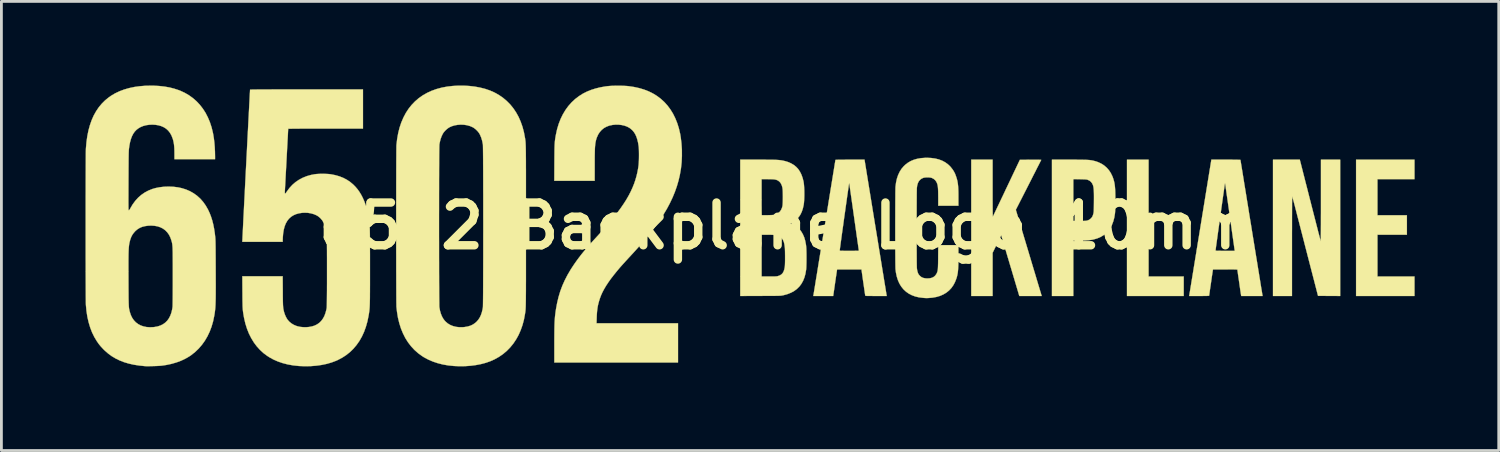
<source format=kicad_pcb>
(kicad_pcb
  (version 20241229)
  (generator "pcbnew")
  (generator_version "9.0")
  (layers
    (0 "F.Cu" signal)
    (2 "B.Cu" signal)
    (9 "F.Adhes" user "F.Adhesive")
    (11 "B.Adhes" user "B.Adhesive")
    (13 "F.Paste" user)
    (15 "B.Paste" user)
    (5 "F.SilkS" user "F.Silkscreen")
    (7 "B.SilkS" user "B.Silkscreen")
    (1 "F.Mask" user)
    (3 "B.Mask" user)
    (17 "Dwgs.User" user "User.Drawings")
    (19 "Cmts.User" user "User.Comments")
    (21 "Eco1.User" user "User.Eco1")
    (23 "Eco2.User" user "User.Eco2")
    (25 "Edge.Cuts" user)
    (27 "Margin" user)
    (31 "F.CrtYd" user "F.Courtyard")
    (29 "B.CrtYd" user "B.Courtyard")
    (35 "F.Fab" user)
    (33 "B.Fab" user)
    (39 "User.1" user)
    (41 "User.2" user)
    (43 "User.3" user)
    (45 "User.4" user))
  (footprint "6502 Backplane Logo 10mm"
    (layer "F.Cu")
    (at 25.007 5.007)
    (property "Reference" "6502 Backplane Logo 10mm" (at 0 0 0) (layer "F.SilkS") (effects (font (size 1.524 1.524) (thickness 0.3))))
    (attr through_hole)
    (fp_poly (pts (xy 12.903 1.803) (xy 14.156 1.803) (xy 14.156 2.498) (xy 12.133 2.498) (xy 12.133 -2.362) (xy 12.903 -2.362) (xy 12.903 1.803)) (stroke (width 0.01) (type solid)) (fill yes) (layer "F.SilkS"))
    (fp_poly (pts (xy 22.386 -1.668) (xy 21.065 -1.668) (xy 21.065 -0.381) (xy 22.115 -0.381) (xy 22.115 0.313) (xy 21.065 0.313) (xy 21.065 1.803) (xy 22.386 1.803) (xy 22.386 2.498) (xy 20.303 2.498) (xy 20.303 -2.362) (xy 22.386 -2.362) (xy 22.386 -1.668)) (stroke (width 0.01) (type solid)) (fill yes) (layer "F.SilkS"))
    (fp_poly (pts (xy 7.341 -1.34) (xy 7.341 -1.18) (xy 7.341 -1.036) (xy 7.341 -0.908) (xy 7.342 -0.795) (xy 7.342 -0.696) (xy 7.343 -0.611) (xy 7.343 -0.538) (xy 7.344 -0.478) (xy 7.345 -0.429) (xy 7.346 -0.391) (xy 7.347 -0.363) (xy 7.348 -0.345) (xy 7.349 -0.336) (xy 7.351 -0.334) (xy 7.351 -0.334) (xy 7.356 -0.344) (xy 7.367 -0.368) (xy 7.385 -0.405) (xy 7.409 -0.456) (xy 7.439 -0.517) (xy 7.473 -0.59) (xy 7.512 -0.672) (xy 7.556 -0.763) (xy 7.603 -0.862) (xy 7.653 -0.968) (xy 7.707 -1.08) (xy 7.763 -1.198) (xy 7.82 -1.32) (xy 7.837 -1.355) (xy 8.313 -2.358) (xy 8.695 -2.36) (xy 8.774 -2.36) (xy 8.847 -2.36) (xy 8.913 -2.36) (xy 8.969 -2.36) (xy 9.016 -2.359) (xy 9.05 -2.358) (xy 9.07 -2.356) (xy 9.075 -2.355) (xy 9.071 -2.347) (xy 9.059 -2.324) (xy 9.041 -2.289) (xy 9.017 -2.241) (xy 8.987 -2.181) (xy 8.951 -2.112) (xy 8.911 -2.033) (xy 8.867 -1.945) (xy 8.818 -1.85) (xy 8.766 -1.748) (xy 8.712 -1.641) (xy 8.655 -1.529) (xy 8.621 -1.462) (xy 8.169 -0.576) (xy 8.623 0.937) (xy 8.67 1.093) (xy 8.715 1.245) (xy 8.759 1.391) (xy 8.801 1.532) (xy 8.842 1.667) (xy 8.88 1.793) (xy 8.915 1.912) (xy 8.948 2.021) (xy 8.978 2.121) (xy 9.005 2.21) (xy 9.028 2.288) (xy 9.048 2.353) (xy 9.064 2.405) (xy 9.075 2.443) (xy 9.082 2.467) (xy 9.085 2.474) (xy 9.092 2.498) (xy 8.293 2.498) (xy 7.989 1.475) (xy 7.95 1.347) (xy 7.913 1.222) (xy 7.877 1.102) (xy 7.843 0.987) (xy 7.811 0.88) (xy 7.782 0.78) (xy 7.755 0.69) (xy 7.731 0.609) (xy 7.71 0.54) (xy 7.693 0.482) (xy 7.679 0.438) (xy 7.67 0.408) (xy 7.666 0.394) (xy 7.648 0.334) (xy 7.494 0.647) (xy 7.341 0.959) (xy 7.341 2.498) (xy 6.579 2.498) (xy 6.579 -2.362) (xy 7.341 -2.362) (xy 7.341 -1.34)) (stroke (width 0.01) (type solid)) (fill yes) (layer "F.SilkS"))
    (fp_poly (pts (xy 18.304 -2.33) (xy 18.307 -2.319) (xy 18.314 -2.292) (xy 18.325 -2.25) (xy 18.339 -2.195) (xy 18.356 -2.126) (xy 18.377 -2.045) (xy 18.4 -1.954) (xy 18.426 -1.851) (xy 18.455 -1.739) (xy 18.485 -1.619) (xy 18.518 -1.491) (xy 18.553 -1.356) (xy 18.589 -1.214) (xy 18.626 -1.068) (xy 18.664 -0.917) (xy 18.674 -0.881) (xy 18.712 -0.729) (xy 18.75 -0.582) (xy 18.786 -0.44) (xy 18.821 -0.305) (xy 18.854 -0.176) (xy 18.885 -0.055) (xy 18.914 0.057) (xy 18.94 0.16) (xy 18.964 0.253) (xy 18.986 0.334) (xy 19.004 0.404) (xy 19.019 0.46) (xy 19.03 0.503) (xy 19.038 0.532) (xy 19.042 0.545) (xy 19.042 0.546) (xy 19.043 0.538) (xy 19.044 0.515) (xy 19.045 0.475) (xy 19.046 0.421) (xy 19.046 0.353) (xy 19.047 0.271) (xy 19.048 0.176) (xy 19.048 0.069) (xy 19.049 -0.05) (xy 19.049 -0.18) (xy 19.049 -0.32) (xy 19.05 -0.469) (xy 19.05 -0.627) (xy 19.05 -0.794) (xy 19.05 -0.904) (xy 19.05 -2.362) (xy 19.736 -2.362) (xy 19.736 2.498) (xy 19.341 2.496) (xy 18.946 2.493) (xy 18.563 1.012) (xy 18.522 0.852) (xy 18.481 0.694) (xy 18.441 0.538) (xy 18.402 0.386) (xy 18.364 0.239) (xy 18.327 0.097) (xy 18.293 -0.038) (xy 18.26 -0.165) (xy 18.229 -0.283) (xy 18.201 -0.392) (xy 18.176 -0.49) (xy 18.154 -0.575) (xy 18.135 -0.648) (xy 18.12 -0.707) (xy 18.109 -0.751) (xy 18.106 -0.76) (xy 18.089 -0.827) (xy 18.072 -0.889) (xy 18.057 -0.943) (xy 18.044 -0.988) (xy 18.034 -1.022) (xy 18.027 -1.043) (xy 18.024 -1.05) (xy 18.023 -1.042) (xy 18.023 -1.017) (xy 18.022 -0.977) (xy 18.022 -0.923) (xy 18.021 -0.855) (xy 18.02 -0.773) (xy 18.02 -0.68) (xy 18.019 -0.575) (xy 18.019 -0.459) (xy 18.018 -0.334) (xy 18.018 -0.199) (xy 18.018 -0.056) (xy 18.018 0.094) (xy 18.017 0.251) (xy 18.017 0.415) (xy 18.017 0.583) (xy 18.017 0.724) (xy 18.017 2.498) (xy 17.34 2.498) (xy 17.34 -2.362) (xy 18.296 -2.362) (xy 18.304 -2.33)) (stroke (width 0.01) (type solid)) (fill yes) (layer "F.SilkS"))
    (fp_poly (pts (xy 10.203 -2.362) (xy 10.316 -2.362) (xy 10.416 -2.361) (xy 10.503 -2.361) (xy 10.578 -2.359) (xy 10.643 -2.358) (xy 10.699 -2.356) (xy 10.747 -2.353) (xy 10.79 -2.35) (xy 10.828 -2.345) (xy 10.862 -2.341) (xy 10.894 -2.335) (xy 10.926 -2.328) (xy 10.958 -2.32) (xy 10.978 -2.315) (xy 11.103 -2.275) (xy 11.216 -2.222) (xy 11.319 -2.156) (xy 11.41 -2.077) (xy 11.49 -1.986) (xy 11.557 -1.884) (xy 11.613 -1.769) (xy 11.64 -1.697) (xy 11.657 -1.643) (xy 11.671 -1.591) (xy 11.684 -1.537) (xy 11.693 -1.481) (xy 11.701 -1.42) (xy 11.707 -1.352) (xy 11.712 -1.276) (xy 11.715 -1.19) (xy 11.717 -1.091) (xy 11.718 -0.979) (xy 11.718 -0.919) (xy 11.718 -0.817) (xy 11.717 -0.731) (xy 11.716 -0.658) (xy 11.714 -0.596) (xy 11.712 -0.544) (xy 11.709 -0.5) (xy 11.706 -0.461) (xy 11.705 -0.45) (xy 11.681 -0.301) (xy 11.645 -0.165) (xy 11.598 -0.041) (xy 11.54 0.071) (xy 11.469 0.17) (xy 11.388 0.257) (xy 11.295 0.332) (xy 11.19 0.394) (xy 11.074 0.444) (xy 10.947 0.481) (xy 10.9 0.491) (xy 10.835 0.501) (xy 10.755 0.51) (xy 10.663 0.517) (xy 10.561 0.522) (xy 10.453 0.524) (xy 10.378 0.525) (xy 10.219 0.525) (xy 10.219 2.498) (xy 9.457 2.498) (xy 9.457 -0.178) (xy 10.219 -0.178) (xy 10.442 -0.178) (xy 10.521 -0.178) (xy 10.586 -0.179) (xy 10.636 -0.181) (xy 10.673 -0.184) (xy 10.699 -0.188) (xy 10.706 -0.189) (xy 10.76 -0.208) (xy 10.805 -0.233) (xy 10.844 -0.266) (xy 10.873 -0.297) (xy 10.896 -0.331) (xy 10.914 -0.372) (xy 10.931 -0.425) (xy 10.932 -0.43) (xy 10.937 -0.448) (xy 10.94 -0.465) (xy 10.943 -0.484) (xy 10.946 -0.508) (xy 10.948 -0.537) (xy 10.949 -0.574) (xy 10.951 -0.62) (xy 10.952 -0.677) (xy 10.953 -0.747) (xy 10.954 -0.832) (xy 10.954 -0.849) (xy 10.955 -0.962) (xy 10.955 -1.06) (xy 10.954 -1.144) (xy 10.952 -1.215) (xy 10.949 -1.275) (xy 10.945 -1.326) (xy 10.94 -1.369) (xy 10.933 -1.406) (xy 10.925 -1.438) (xy 10.921 -1.45) (xy 10.891 -1.517) (xy 10.849 -1.572) (xy 10.795 -1.616) (xy 10.729 -1.646) (xy 10.723 -1.648) (xy 10.706 -1.653) (xy 10.684 -1.656) (xy 10.654 -1.659) (xy 10.615 -1.662) (xy 10.565 -1.663) (xy 10.501 -1.665) (xy 10.45 -1.666) (xy 10.219 -1.67) (xy 10.219 -0.178) (xy 9.457 -0.178) (xy 9.457 -2.362) (xy 10.073 -2.362) (xy 10.203 -2.362)) (stroke (width 0.01) (type solid)) (fill yes) (layer "F.SilkS"))
    (fp_poly (pts (xy 3.165 0.049) (xy 3.198 0.249) (xy 3.23 0.444) (xy 3.261 0.635) (xy 3.291 0.82) (xy 3.32 0.999) (xy 3.348 1.171) (xy 3.375 1.335) (xy 3.4 1.491) (xy 3.424 1.638) (xy 3.447 1.776) (xy 3.467 1.903) (xy 3.486 2.02) (xy 3.504 2.124) (xy 3.519 2.217) (xy 3.532 2.297) (xy 3.543 2.363) (xy 3.551 2.415) (xy 3.557 2.452) (xy 3.561 2.473) (xy 3.562 2.479) (xy 3.566 2.498) (xy 3.185 2.498) (xy 3.094 2.498) (xy 3.019 2.497) (xy 2.958 2.497) (xy 2.91 2.497) (xy 2.873 2.496) (xy 2.845 2.495) (xy 2.825 2.493) (xy 2.812 2.491) (xy 2.805 2.489) (xy 2.801 2.486) (xy 2.799 2.483) (xy 2.797 2.472) (xy 2.793 2.446) (xy 2.787 2.406) (xy 2.78 2.354) (xy 2.77 2.292) (xy 2.76 2.221) (xy 2.749 2.143) (xy 2.737 2.059) (xy 2.729 2.009) (xy 2.664 1.549) (xy 1.797 1.549) (xy 1.792 1.568) (xy 1.79 1.58) (xy 1.786 1.607) (xy 1.78 1.648) (xy 1.772 1.7) (xy 1.763 1.763) (xy 1.752 1.834) (xy 1.741 1.913) (xy 1.728 1.997) (xy 1.722 2.043) (xy 1.656 2.498) (xy 0.946 2.498) (xy 0.951 2.47) (xy 0.954 2.458) (xy 0.958 2.43) (xy 0.965 2.387) (xy 0.975 2.329) (xy 0.986 2.259) (xy 1 2.176) (xy 1.015 2.081) (xy 1.032 1.976) (xy 1.051 1.86) (xy 1.072 1.735) (xy 1.093 1.602) (xy 1.116 1.46) (xy 1.14 1.312) (xy 1.165 1.158) (xy 1.191 0.999) (xy 1.212 0.874) (xy 1.888 0.874) (xy 1.889 0.878) (xy 1.893 0.881) (xy 1.901 0.883) (xy 1.914 0.885) (xy 1.935 0.887) (xy 1.965 0.888) (xy 2.006 0.888) (xy 2.058 0.889) (xy 2.123 0.889) (xy 2.204 0.889) (xy 2.232 0.889) (xy 2.317 0.889) (xy 2.387 0.889) (xy 2.443 0.888) (xy 2.486 0.888) (xy 2.519 0.887) (xy 2.542 0.886) (xy 2.558 0.884) (xy 2.566 0.882) (xy 2.57 0.879) (xy 2.571 0.876) (xy 2.571 0.874) (xy 2.569 0.864) (xy 2.565 0.838) (xy 2.559 0.798) (xy 2.551 0.743) (xy 2.542 0.676) (xy 2.53 0.596) (xy 2.517 0.506) (xy 2.503 0.405) (xy 2.487 0.296) (xy 2.471 0.178) (xy 2.453 0.053) (xy 2.435 -0.078) (xy 2.415 -0.214) (xy 2.4 -0.326) (xy 2.38 -0.466) (xy 2.361 -0.601) (xy 2.343 -0.73) (xy 2.325 -0.853) (xy 2.309 -0.968) (xy 2.293 -1.075) (xy 2.28 -1.173) (xy 2.267 -1.26) (xy 2.256 -1.336) (xy 2.247 -1.4) (xy 2.239 -1.451) (xy 2.234 -1.488) (xy 2.231 -1.509) (xy 2.23 -1.515) (xy 2.222 -1.514) (xy 2.222 -1.513) (xy 2.22 -1.505) (xy 2.216 -1.48) (xy 2.21 -1.441) (xy 2.203 -1.389) (xy 2.194 -1.325) (xy 2.183 -1.25) (xy 2.171 -1.165) (xy 2.157 -1.071) (xy 2.143 -0.969) (xy 2.128 -0.861) (xy 2.112 -0.748) (xy 2.095 -0.631) (xy 2.079 -0.511) (xy 2.061 -0.389) (xy 2.044 -0.266) (xy 2.027 -0.144) (xy 2.011 -0.024) (xy 1.994 0.094) (xy 1.978 0.208) (xy 1.963 0.316) (xy 1.949 0.419) (xy 1.936 0.514) (xy 1.924 0.6) (xy 1.914 0.677) (xy 1.905 0.743) (xy 1.898 0.796) (xy 1.893 0.837) (xy 1.889 0.863) (xy 1.888 0.874) (xy 1.212 0.874) (xy 1.218 0.835) (xy 1.245 0.668) (xy 1.273 0.498) (xy 1.301 0.325) (xy 1.329 0.152) (xy 1.358 -0.022) (xy 1.386 -0.196) (xy 1.414 -0.368) (xy 1.441 -0.539) (xy 1.469 -0.707) (xy 1.495 -0.871) (xy 1.521 -1.03) (xy 1.546 -1.185) (xy 1.57 -1.333) (xy 1.593 -1.475) (xy 1.615 -1.609) (xy 1.636 -1.735) (xy 1.654 -1.851) (xy 1.672 -1.957) (xy 1.687 -2.053) (xy 1.701 -2.137) (xy 1.712 -2.208) (xy 1.722 -2.266) (xy 1.729 -2.31) (xy 1.733 -2.34) (xy 1.736 -2.353) (xy 1.736 -2.354) (xy 1.744 -2.356) (xy 1.768 -2.357) (xy 1.808 -2.359) (xy 1.863 -2.36) (xy 1.931 -2.361) (xy 2.013 -2.361) (xy 2.106 -2.362) (xy 2.211 -2.362) (xy 2.255 -2.362) (xy 2.773 -2.362) (xy 3.165 0.049)) (stroke (width 0.01) (type solid)) (fill yes) (layer "F.SilkS"))
    (fp_poly (pts (xy 5.148 -2.423) (xy 5.29 -2.404) (xy 5.421 -2.372) (xy 5.541 -2.327) (xy 5.65 -2.269) (xy 5.748 -2.198) (xy 5.835 -2.115) (xy 5.911 -2.019) (xy 5.921 -2.004) (xy 5.954 -1.953) (xy 5.979 -1.908) (xy 6.001 -1.864) (xy 6.02 -1.815) (xy 6.041 -1.755) (xy 6.044 -1.747) (xy 6.062 -1.69) (xy 6.077 -1.635) (xy 6.089 -1.579) (xy 6.099 -1.52) (xy 6.107 -1.456) (xy 6.113 -1.386) (xy 6.117 -1.306) (xy 6.12 -1.216) (xy 6.121 -1.112) (xy 6.121 -1.014) (xy 6.121 -0.72) (xy 5.402 -0.72) (xy 5.402 -0.997) (xy 5.401 -1.099) (xy 5.4 -1.186) (xy 5.398 -1.26) (xy 5.395 -1.322) (xy 5.391 -1.374) (xy 5.386 -1.418) (xy 5.379 -1.455) (xy 5.371 -1.488) (xy 5.367 -1.501) (xy 5.337 -1.571) (xy 5.295 -1.63) (xy 5.242 -1.676) (xy 5.179 -1.709) (xy 5.157 -1.717) (xy 5.115 -1.726) (xy 5.062 -1.731) (xy 5.004 -1.732) (xy 4.948 -1.729) (xy 4.898 -1.722) (xy 4.876 -1.717) (xy 4.81 -1.688) (xy 4.755 -1.647) (xy 4.71 -1.594) (xy 4.676 -1.527) (xy 4.652 -1.447) (xy 4.64 -1.359) (xy 4.639 -1.34) (xy 4.638 -1.305) (xy 4.637 -1.255) (xy 4.636 -1.191) (xy 4.635 -1.115) (xy 4.635 -1.028) (xy 4.634 -0.931) (xy 4.634 -0.825) (xy 4.633 -0.711) (xy 4.633 -0.59) (xy 4.633 -0.463) (xy 4.632 -0.332) (xy 4.632 -0.198) (xy 4.632 -0.061) (xy 4.632 0.076) (xy 4.632 0.214) (xy 4.632 0.351) (xy 4.632 0.485) (xy 4.633 0.616) (xy 4.633 0.742) (xy 4.633 0.862) (xy 4.634 0.976) (xy 4.634 1.082) (xy 4.635 1.178) (xy 4.635 1.265) (xy 4.636 1.34) (xy 4.637 1.403) (xy 4.638 1.452) (xy 4.639 1.486) (xy 4.64 1.504) (xy 4.648 1.566) (xy 4.661 1.625) (xy 4.678 1.678) (xy 4.697 1.718) (xy 4.698 1.719) (xy 4.723 1.753) (xy 4.756 1.787) (xy 4.792 1.817) (xy 4.818 1.833) (xy 4.877 1.856) (xy 4.945 1.869) (xy 5.016 1.873) (xy 5.102 1.867) (xy 5.177 1.849) (xy 5.24 1.818) (xy 5.291 1.775) (xy 5.333 1.719) (xy 5.348 1.689) (xy 5.358 1.667) (xy 5.366 1.646) (xy 5.374 1.624) (xy 5.379 1.601) (xy 5.384 1.575) (xy 5.388 1.543) (xy 5.391 1.505) (xy 5.393 1.459) (xy 5.395 1.403) (xy 5.397 1.336) (xy 5.398 1.256) (xy 5.399 1.161) (xy 5.399 1.111) (xy 5.403 0.686) (xy 6.121 0.686) (xy 6.121 1.065) (xy 6.121 1.189) (xy 6.12 1.298) (xy 6.118 1.394) (xy 6.114 1.478) (xy 6.11 1.552) (xy 6.104 1.617) (xy 6.097 1.676) (xy 6.087 1.73) (xy 6.076 1.781) (xy 6.063 1.83) (xy 6.049 1.876) (xy 6 2.002) (xy 5.94 2.115) (xy 5.868 2.216) (xy 5.785 2.304) (xy 5.69 2.38) (xy 5.584 2.443) (xy 5.468 2.494) (xy 5.34 2.532) (xy 5.201 2.557) (xy 5.118 2.565) (xy 5.069 2.569) (xy 5.032 2.571) (xy 5.002 2.572) (xy 4.974 2.572) (xy 4.942 2.571) (xy 4.904 2.568) (xy 4.856 2.564) (xy 4.714 2.546) (xy 4.582 2.515) (xy 4.461 2.47) (xy 4.35 2.413) (xy 4.251 2.343) (xy 4.162 2.26) (xy 4.085 2.165) (xy 4.019 2.058) (xy 3.966 1.939) (xy 3.924 1.808) (xy 3.894 1.666) (xy 3.878 1.537) (xy 3.877 1.514) (xy 3.876 1.476) (xy 3.875 1.423) (xy 3.874 1.356) (xy 3.873 1.277) (xy 3.872 1.187) (xy 3.872 1.087) (xy 3.871 0.978) (xy 3.87 0.86) (xy 3.87 0.737) (xy 3.87 0.607) (xy 3.869 0.473) (xy 3.869 0.336) (xy 3.869 0.197) (xy 3.869 0.057) (xy 3.869 -0.083) (xy 3.869 -0.222) (xy 3.87 -0.359) (xy 3.87 -0.492) (xy 3.87 -0.62) (xy 3.871 -0.743) (xy 3.871 -0.858) (xy 3.872 -0.966) (xy 3.873 -1.064) (xy 3.873 -1.152) (xy 3.874 -1.229) (xy 3.875 -1.293) (xy 3.876 -1.343) (xy 3.877 -1.378) (xy 3.878 -1.394) (xy 3.897 -1.546) (xy 3.928 -1.686) (xy 3.971 -1.814) (xy 4.026 -1.931) (xy 4.092 -2.036) (xy 4.171 -2.129) (xy 4.223 -2.179) (xy 4.317 -2.252) (xy 4.419 -2.312) (xy 4.531 -2.359) (xy 4.652 -2.394) (xy 4.784 -2.417) (xy 4.928 -2.428) (xy 4.995 -2.43) (xy 5.148 -2.423)) (stroke (width 0.01) (type solid)) (fill yes) (layer "F.SilkS"))
    (fp_poly (pts (xy 15.771 -2.362) (xy 15.87 -2.362) (xy 15.956 -2.361) (xy 16.029 -2.36) (xy 16.089 -2.359) (xy 16.134 -2.358) (xy 16.165 -2.356) (xy 16.179 -2.355) (xy 16.18 -2.354) (xy 16.181 -2.345) (xy 16.185 -2.321) (xy 16.191 -2.281) (xy 16.2 -2.227) (xy 16.211 -2.159) (xy 16.224 -2.079) (xy 16.239 -1.987) (xy 16.256 -1.884) (xy 16.274 -1.77) (xy 16.294 -1.647) (xy 16.315 -1.515) (xy 16.338 -1.376) (xy 16.362 -1.229) (xy 16.387 -1.077) (xy 16.412 -0.918) (xy 16.439 -0.756) (xy 16.466 -0.589) (xy 16.493 -0.419) (xy 16.521 -0.247) (xy 16.55 -0.074) (xy 16.578 0.1) (xy 16.606 0.274) (xy 16.634 0.447) (xy 16.662 0.618) (xy 16.689 0.786) (xy 16.716 0.951) (xy 16.742 1.112) (xy 16.768 1.267) (xy 16.792 1.417) (xy 16.815 1.561) (xy 16.838 1.696) (xy 16.858 1.824) (xy 16.878 1.942) (xy 16.895 2.051) (xy 16.911 2.149) (xy 16.925 2.236) (xy 16.938 2.31) (xy 16.948 2.371) (xy 16.955 2.418) (xy 16.961 2.451) (xy 16.964 2.468) (xy 16.964 2.47) (xy 16.969 2.498) (xy 16.207 2.498) (xy 16.202 2.474) (xy 16.2 2.462) (xy 16.196 2.435) (xy 16.19 2.395) (xy 16.182 2.344) (xy 16.173 2.285) (xy 16.164 2.218) (xy 16.153 2.146) (xy 16.143 2.071) (xy 16.132 1.995) (xy 16.121 1.919) (xy 16.11 1.846) (xy 16.1 1.777) (xy 16.091 1.714) (xy 16.084 1.659) (xy 16.077 1.614) (xy 16.073 1.581) (xy 16.07 1.562) (xy 16.07 1.557) (xy 16.061 1.556) (xy 16.037 1.554) (xy 15.998 1.553) (xy 15.944 1.551) (xy 15.878 1.551) (xy 15.799 1.55) (xy 15.709 1.549) (xy 15.635 1.549) (xy 15.2 1.549) (xy 15.195 1.577) (xy 15.192 1.592) (xy 15.188 1.621) (xy 15.182 1.662) (xy 15.174 1.714) (xy 15.165 1.775) (xy 15.155 1.842) (xy 15.145 1.914) (xy 15.134 1.989) (xy 15.123 2.065) (xy 15.112 2.14) (xy 15.101 2.213) (xy 15.091 2.281) (xy 15.083 2.343) (xy 15.075 2.396) (xy 15.069 2.439) (xy 15.065 2.469) (xy 15.062 2.486) (xy 15.062 2.489) (xy 15.055 2.491) (xy 15.034 2.493) (xy 14.999 2.495) (xy 14.948 2.496) (xy 14.882 2.497) (xy 14.8 2.498) (xy 14.706 2.498) (xy 14.349 2.498) (xy 14.354 2.479) (xy 14.355 2.469) (xy 14.36 2.443) (xy 14.366 2.402) (xy 14.376 2.346) (xy 14.387 2.276) (xy 14.401 2.192) (xy 14.417 2.096) (xy 14.434 1.988) (xy 14.454 1.868) (xy 14.475 1.738) (xy 14.498 1.598) (xy 14.522 1.448) (xy 14.548 1.289) (xy 14.575 1.123) (xy 14.604 0.949) (xy 14.615 0.878) (xy 15.291 0.878) (xy 15.294 0.881) (xy 15.305 0.883) (xy 15.326 0.885) (xy 15.356 0.887) (xy 15.398 0.888) (xy 15.452 0.888) (xy 15.521 0.889) (xy 15.605 0.889) (xy 15.634 0.889) (xy 15.978 0.889) (xy 15.973 0.866) (xy 15.971 0.855) (xy 15.967 0.828) (xy 15.961 0.786) (xy 15.953 0.731) (xy 15.944 0.662) (xy 15.932 0.582) (xy 15.919 0.491) (xy 15.905 0.39) (xy 15.889 0.28) (xy 15.872 0.161) (xy 15.855 0.036) (xy 15.836 -0.095) (xy 15.817 -0.231) (xy 15.802 -0.334) (xy 15.783 -0.474) (xy 15.764 -0.608) (xy 15.745 -0.737) (xy 15.728 -0.859) (xy 15.711 -0.974) (xy 15.696 -1.081) (xy 15.682 -1.178) (xy 15.67 -1.264) (xy 15.659 -1.34) (xy 15.65 -1.403) (xy 15.642 -1.453) (xy 15.637 -1.489) (xy 15.634 -1.51) (xy 15.633 -1.515) (xy 15.625 -1.514) (xy 15.625 -1.514) (xy 15.624 -1.505) (xy 15.62 -1.481) (xy 15.614 -1.442) (xy 15.607 -1.39) (xy 15.597 -1.326) (xy 15.587 -1.251) (xy 15.575 -1.166) (xy 15.561 -1.072) (xy 15.547 -0.971) (xy 15.532 -0.863) (xy 15.516 -0.75) (xy 15.499 -0.632) (xy 15.483 -0.512) (xy 15.466 -0.39) (xy 15.448 -0.267) (xy 15.431 -0.145) (xy 15.415 -0.025) (xy 15.398 0.093) (xy 15.382 0.207) (xy 15.367 0.316) (xy 15.353 0.419) (xy 15.34 0.514) (xy 15.328 0.601) (xy 15.317 0.678) (xy 15.308 0.744) (xy 15.301 0.799) (xy 15.296 0.84) (xy 15.292 0.867) (xy 15.291 0.878) (xy 15.291 0.878) (xy 14.615 0.878) (xy 14.633 0.768) (xy 14.663 0.581) (xy 14.695 0.389) (xy 14.727 0.192) (xy 14.75 0.049) (xy 15.142 -2.362) (xy 15.661 -2.362) (xy 15.771 -2.362)) (stroke (width 0.01) (type solid)) (fill yes) (layer "F.SilkS"))
    (fp_poly (pts (xy -0.89 -2.362) (xy -0.773 -2.362) (xy -0.671 -2.361) (xy -0.582 -2.361) (xy -0.504 -2.36) (xy -0.436 -2.358) (xy -0.378 -2.356) (xy -0.327 -2.353) (xy -0.282 -2.35) (xy -0.242 -2.346) (xy -0.206 -2.341) (xy -0.172 -2.336) (xy -0.138 -2.329) (xy -0.105 -2.322) (xy -0.08 -2.316) (xy 0.042 -2.28) (xy 0.152 -2.233) (xy 0.25 -2.175) (xy 0.336 -2.106) (xy 0.41 -2.025) (xy 0.473 -1.931) (xy 0.525 -1.825) (xy 0.567 -1.706) (xy 0.6 -1.573) (xy 0.6 -1.571) (xy 0.609 -1.511) (xy 0.616 -1.439) (xy 0.621 -1.356) (xy 0.625 -1.265) (xy 0.626 -1.171) (xy 0.626 -1.077) (xy 0.623 -0.985) (xy 0.619 -0.899) (xy 0.613 -0.822) (xy 0.604 -0.757) (xy 0.602 -0.745) (xy 0.574 -0.621) (xy 0.537 -0.509) (xy 0.49 -0.411) (xy 0.46 -0.362) (xy 0.411 -0.299) (xy 0.351 -0.239) (xy 0.285 -0.184) (xy 0.217 -0.139) (xy 0.171 -0.115) (xy 0.15 -0.104) (xy 0.137 -0.095) (xy 0.135 -0.092) (xy 0.143 -0.086) (xy 0.162 -0.075) (xy 0.191 -0.06) (xy 0.217 -0.047) (xy 0.308 0.001) (xy 0.384 0.055) (xy 0.445 0.111) (xy 0.515 0.197) (xy 0.574 0.296) (xy 0.622 0.406) (xy 0.658 0.529) (xy 0.684 0.665) (xy 0.69 0.711) (xy 0.694 0.756) (xy 0.698 0.814) (xy 0.7 0.884) (xy 0.702 0.962) (xy 0.703 1.045) (xy 0.703 1.131) (xy 0.703 1.218) (xy 0.702 1.302) (xy 0.7 1.38) (xy 0.698 1.451) (xy 0.695 1.51) (xy 0.691 1.556) (xy 0.69 1.563) (xy 0.666 1.707) (xy 0.63 1.838) (xy 0.582 1.957) (xy 0.522 2.064) (xy 0.45 2.16) (xy 0.366 2.243) (xy 0.27 2.316) (xy 0.161 2.377) (xy 0.04 2.426) (xy -0.095 2.465) (xy -0.134 2.474) (xy -0.15 2.477) (xy -0.166 2.48) (xy -0.182 2.483) (xy -0.2 2.485) (xy -0.22 2.487) (xy -0.245 2.489) (xy -0.275 2.49) (xy -0.312 2.491) (xy -0.356 2.492) (xy -0.41 2.493) (xy -0.473 2.493) (xy -0.548 2.494) (xy -0.635 2.494) (xy -0.736 2.495) (xy -0.852 2.495) (xy -0.942 2.496) (xy -1.659 2.498) (xy -1.659 0.313) (xy -0.897 0.313) (xy -0.897 1.803) (xy -0.633 1.803) (xy -0.557 1.803) (xy -0.495 1.803) (xy -0.447 1.802) (xy -0.408 1.801) (xy -0.378 1.799) (xy -0.354 1.797) (xy -0.334 1.793) (xy -0.316 1.789) (xy -0.31 1.787) (xy -0.245 1.763) (xy -0.191 1.729) (xy -0.147 1.684) (xy -0.114 1.626) (xy -0.089 1.556) (xy -0.072 1.472) (xy -0.068 1.439) (xy -0.065 1.4) (xy -0.063 1.347) (xy -0.061 1.284) (xy -0.06 1.213) (xy -0.06 1.137) (xy -0.06 1.06) (xy -0.061 0.984) (xy -0.062 0.913) (xy -0.064 0.85) (xy -0.066 0.797) (xy -0.068 0.775) (xy -0.08 0.677) (xy -0.098 0.593) (xy -0.124 0.523) (xy -0.158 0.465) (xy -0.201 0.418) (xy -0.253 0.38) (xy -0.281 0.365) (xy -0.317 0.35) (xy -0.355 0.338) (xy -0.398 0.329) (xy -0.447 0.322) (xy -0.507 0.317) (xy -0.577 0.314) (xy -0.662 0.313) (xy -0.691 0.313) (xy -0.897 0.313) (xy -1.659 0.313) (xy -1.659 -1.03) (xy -0.897 -1.03) (xy -0.897 -0.928) (xy -0.897 -0.83) (xy -0.897 -0.739) (xy -0.896 -0.655) (xy -0.896 -0.58) (xy -0.895 -0.516) (xy -0.894 -0.463) (xy -0.893 -0.422) (xy -0.892 -0.396) (xy -0.891 -0.386) (xy -0.891 -0.386) (xy -0.881 -0.384) (xy -0.857 -0.383) (xy -0.82 -0.382) (xy -0.774 -0.382) (xy -0.721 -0.383) (xy -0.682 -0.383) (xy -0.613 -0.385) (xy -0.559 -0.387) (xy -0.516 -0.389) (xy -0.483 -0.392) (xy -0.456 -0.396) (xy -0.433 -0.401) (xy -0.422 -0.404) (xy -0.348 -0.433) (xy -0.285 -0.473) (xy -0.234 -0.524) (xy -0.194 -0.589) (xy -0.164 -0.666) (xy -0.155 -0.699) (xy -0.15 -0.728) (xy -0.146 -0.772) (xy -0.143 -0.828) (xy -0.141 -0.891) (xy -0.14 -0.961) (xy -0.139 -1.033) (xy -0.14 -1.105) (xy -0.141 -1.175) (xy -0.143 -1.239) (xy -0.146 -1.295) (xy -0.151 -1.339) (xy -0.155 -1.367) (xy -0.179 -1.45) (xy -0.212 -1.519) (xy -0.256 -1.574) (xy -0.309 -1.616) (xy -0.373 -1.645) (xy -0.436 -1.659) (xy -0.462 -1.662) (xy -0.501 -1.664) (xy -0.551 -1.666) (xy -0.607 -1.667) (xy -0.668 -1.668) (xy -0.696 -1.668) (xy -0.897 -1.668) (xy -0.897 -1.03) (xy -1.659 -1.03) (xy -1.659 -2.362) (xy -1.022 -2.362) (xy -0.89 -2.362)) (stroke (width 0.01) (type solid)) (fill yes) (layer "F.SilkS"))
    (fp_poly (pts (xy -5.884 -4.998) (xy -5.796 -4.995) (xy -5.717 -4.991) (xy -5.65 -4.985) (xy -5.639 -4.984) (xy -5.441 -4.954) (xy -5.256 -4.913) (xy -5.083 -4.861) (xy -4.922 -4.798) (xy -4.771 -4.723) (xy -4.629 -4.636) (xy -4.497 -4.537) (xy -4.374 -4.425) (xy -4.364 -4.416) (xy -4.25 -4.289) (xy -4.147 -4.15) (xy -4.054 -3.999) (xy -3.974 -3.836) (xy -3.904 -3.662) (xy -3.847 -3.479) (xy -3.802 -3.285) (xy -3.781 -3.162) (xy -3.755 -2.943) (xy -3.74 -2.719) (xy -3.739 -2.494) (xy -3.749 -2.272) (xy -3.772 -2.058) (xy -3.777 -2.024) (xy -3.813 -1.818) (xy -3.86 -1.616) (xy -3.919 -1.415) (xy -3.989 -1.216) (xy -4.071 -1.016) (xy -4.166 -0.816) (xy -4.273 -0.614) (xy -4.395 -0.41) (xy -4.53 -0.203) (xy -4.679 0.008) (xy -4.843 0.225) (xy -5.02 0.445) (xy -5.098 0.538) (xy -5.18 0.633) (xy -5.267 0.732) (xy -5.362 0.838) (xy -5.465 0.952) (xy -5.567 1.063) (xy -5.643 1.145) (xy -5.709 1.217) (xy -5.766 1.279) (xy -5.816 1.334) (xy -5.861 1.384) (xy -5.901 1.429) (xy -5.939 1.472) (xy -5.975 1.514) (xy -6.011 1.557) (xy -6.048 1.6) (xy -6.165 1.745) (xy -6.27 1.881) (xy -6.362 2.01) (xy -6.443 2.133) (xy -6.513 2.252) (xy -6.574 2.367) (xy -6.625 2.481) (xy -6.667 2.594) (xy -6.696 2.688) (xy -6.719 2.771) (xy -6.737 2.851) (xy -6.751 2.932) (xy -6.762 3.017) (xy -6.77 3.109) (xy -6.776 3.212) (xy -6.778 3.283) (xy -6.784 3.471) (xy -3.878 3.471) (xy -3.878 4.868) (xy -8.289 4.868) (xy -8.289 4.217) (xy -8.289 4.068) (xy -8.288 3.934) (xy -8.287 3.814) (xy -8.286 3.706) (xy -8.284 3.609) (xy -8.282 3.522) (xy -8.279 3.443) (xy -8.275 3.37) (xy -8.27 3.302) (xy -8.265 3.237) (xy -8.258 3.175) (xy -8.25 3.112) (xy -8.242 3.049) (xy -8.232 2.983) (xy -8.229 2.963) (xy -8.188 2.743) (xy -8.138 2.533) (xy -8.077 2.33) (xy -8.004 2.134) (xy -7.918 1.941) (xy -7.819 1.749) (xy -7.705 1.555) (xy -7.633 1.444) (xy -7.559 1.334) (xy -7.482 1.226) (xy -7.402 1.118) (xy -7.317 1.008) (xy -7.226 0.896) (xy -7.127 0.779) (xy -7.02 0.656) (xy -6.902 0.525) (xy -6.774 0.385) (xy -6.599 0.194) (xy -6.437 0.011) (xy -6.288 -0.164) (xy -6.151 -0.331) (xy -6.027 -0.492) (xy -5.913 -0.647) (xy -5.811 -0.797) (xy -5.718 -0.943) (xy -5.636 -1.086) (xy -5.563 -1.227) (xy -5.5 -1.366) (xy -5.444 -1.504) (xy -5.397 -1.643) (xy -5.357 -1.782) (xy -5.324 -1.924) (xy -5.298 -2.068) (xy -5.286 -2.151) (xy -5.281 -2.2) (xy -5.277 -2.262) (xy -5.273 -2.333) (xy -5.271 -2.411) (xy -5.27 -2.493) (xy -5.27 -2.574) (xy -5.271 -2.652) (xy -5.273 -2.723) (xy -5.276 -2.785) (xy -5.281 -2.834) (xy -5.282 -2.845) (xy -5.303 -2.973) (xy -5.331 -3.086) (xy -5.364 -3.186) (xy -5.404 -3.273) (xy -5.452 -3.348) (xy -5.508 -3.414) (xy -5.573 -3.47) (xy -5.61 -3.497) (xy -5.691 -3.541) (xy -5.783 -3.575) (xy -5.884 -3.598) (xy -5.989 -3.611) (xy -6.098 -3.613) (xy -6.206 -3.603) (xy -6.311 -3.582) (xy -6.33 -3.577) (xy -6.43 -3.539) (xy -6.52 -3.489) (xy -6.599 -3.425) (xy -6.668 -3.348) (xy -6.726 -3.259) (xy -6.771 -3.158) (xy -6.782 -3.129) (xy -6.794 -3.091) (xy -6.804 -3.053) (xy -6.813 -3.014) (xy -6.821 -2.973) (xy -6.828 -2.928) (xy -6.833 -2.878) (xy -6.838 -2.822) (xy -6.842 -2.758) (xy -6.844 -2.684) (xy -6.846 -2.601) (xy -6.848 -2.505) (xy -6.849 -2.396) (xy -6.849 -2.273) (xy -6.849 -2.161) (xy -6.85 -1.609) (xy -8.29 -1.609) (xy -8.287 -2.254) (xy -8.286 -2.383) (xy -8.285 -2.496) (xy -8.284 -2.595) (xy -8.283 -2.682) (xy -8.282 -2.758) (xy -8.28 -2.824) (xy -8.278 -2.882) (xy -8.275 -2.934) (xy -8.272 -2.981) (xy -8.268 -3.024) (xy -8.263 -3.065) (xy -8.258 -3.105) (xy -8.251 -3.147) (xy -8.244 -3.191) (xy -8.235 -3.238) (xy -8.233 -3.251) (xy -8.19 -3.449) (xy -8.134 -3.636) (xy -8.066 -3.812) (xy -7.985 -3.978) (xy -7.893 -4.132) (xy -7.789 -4.275) (xy -7.674 -4.405) (xy -7.547 -4.524) (xy -7.409 -4.629) (xy -7.266 -4.72) (xy -7.13 -4.788) (xy -6.981 -4.849) (xy -6.82 -4.9) (xy -6.649 -4.942) (xy -6.47 -4.974) (xy -6.392 -4.984) (xy -6.328 -4.99) (xy -6.251 -4.995) (xy -6.164 -4.998) (xy -6.071 -4.999) (xy -5.977 -5) (xy -5.884 -4.998)) (stroke (width 0.01) (type solid)) (fill yes) (layer "F.SilkS"))
    (fp_poly (pts (xy -11.519 -5.002) (xy -11.322 -4.991) (xy -11.129 -4.969) (xy -10.943 -4.935) (xy -10.767 -4.891) (xy -10.759 -4.889) (xy -10.584 -4.829) (xy -10.419 -4.756) (xy -10.264 -4.669) (xy -10.119 -4.569) (xy -9.986 -4.457) (xy -9.863 -4.333) (xy -9.752 -4.196) (xy -9.652 -4.048) (xy -9.564 -3.889) (xy -9.489 -3.718) (xy -9.425 -3.537) (xy -9.374 -3.345) (xy -9.336 -3.143) (xy -9.335 -3.141) (xy -9.332 -3.121) (xy -9.329 -3.102) (xy -9.327 -3.083) (xy -9.324 -3.065) (xy -9.322 -3.046) (xy -9.319 -3.026) (xy -9.317 -3.004) (xy -9.315 -2.98) (xy -9.314 -2.954) (xy -9.312 -2.924) (xy -9.311 -2.89) (xy -9.309 -2.852) (xy -9.308 -2.809) (xy -9.307 -2.76) (xy -9.306 -2.705) (xy -9.305 -2.643) (xy -9.304 -2.575) (xy -9.304 -2.498) (xy -9.303 -2.413) (xy -9.302 -2.319) (xy -9.302 -2.215) (xy -9.302 -2.101) (xy -9.301 -1.977) (xy -9.301 -1.841) (xy -9.301 -1.694) (xy -9.301 -1.534) (xy -9.301 -1.361) (xy -9.301 -1.175) (xy -9.301 -0.975) (xy -9.301 -0.76) (xy -9.301 -0.53) (xy -9.301 -0.284) (xy -9.301 -0.022) (xy -9.301 0) (xy -9.301 0.264) (xy -9.301 0.511) (xy -9.301 0.742) (xy -9.301 0.958) (xy -9.301 1.16) (xy -9.301 1.347) (xy -9.301 1.521) (xy -9.301 1.681) (xy -9.301 1.83) (xy -9.301 1.966) (xy -9.302 2.092) (xy -9.302 2.206) (xy -9.302 2.311) (xy -9.303 2.405) (xy -9.304 2.491) (xy -9.304 2.569) (xy -9.305 2.638) (xy -9.306 2.7) (xy -9.307 2.756) (xy -9.308 2.805) (xy -9.309 2.849) (xy -9.31 2.887) (xy -9.312 2.921) (xy -9.313 2.951) (xy -9.315 2.978) (xy -9.317 3.002) (xy -9.319 3.024) (xy -9.321 3.044) (xy -9.324 3.063) (xy -9.326 3.082) (xy -9.329 3.1) (xy -9.332 3.119) (xy -9.335 3.139) (xy -9.335 3.141) (xy -9.373 3.343) (xy -9.424 3.535) (xy -9.488 3.716) (xy -9.563 3.887) (xy -9.651 4.046) (xy -9.751 4.195) (xy -9.862 4.331) (xy -9.984 4.456) (xy -10.118 4.569) (xy -10.263 4.669) (xy -10.418 4.756) (xy -10.575 4.826) (xy -10.732 4.881) (xy -10.901 4.926) (xy -11.081 4.961) (xy -11.269 4.986) (xy -11.463 5) (xy -11.662 5.003) (xy -11.864 4.995) (xy -11.874 4.994) (xy -12.072 4.974) (xy -12.262 4.941) (xy -12.444 4.895) (xy -12.618 4.837) (xy -12.78 4.768) (xy -12.932 4.687) (xy -13.006 4.64) (xy -13.149 4.536) (xy -13.28 4.419) (xy -13.399 4.29) (xy -13.507 4.149) (xy -13.603 3.997) (xy -13.686 3.832) (xy -13.758 3.657) (xy -13.817 3.47) (xy -13.865 3.273) (xy -13.899 3.064) (xy -13.919 2.885) (xy -13.92 2.866) (xy -13.92 2.831) (xy -13.921 2.781) (xy -13.922 2.716) (xy -13.923 2.637) (xy -13.923 2.545) (xy -13.924 2.441) (xy -13.924 2.326) (xy -13.925 2.2) (xy -13.925 2.064) (xy -13.926 1.919) (xy -13.926 1.765) (xy -13.927 1.604) (xy -13.927 1.436) (xy -13.927 1.262) (xy -13.927 1.083) (xy -13.928 0.899) (xy -13.928 0.712) (xy -13.928 0.522) (xy -13.928 0.33) (xy -13.928 0.136) (xy -13.928 -0.01) (xy -12.401 -0.01) (xy -12.401 0.184) (xy -12.401 0.377) (xy -12.4 0.569) (xy -12.4 0.758) (xy -12.4 0.944) (xy -12.4 1.127) (xy -12.399 1.305) (xy -12.399 1.477) (xy -12.399 1.644) (xy -12.398 1.803) (xy -12.398 1.955) (xy -12.397 2.099) (xy -12.396 2.233) (xy -12.396 2.358) (xy -12.395 2.472) (xy -12.394 2.574) (xy -12.393 2.664) (xy -12.392 2.741) (xy -12.392 2.804) (xy -12.391 2.853) (xy -12.39 2.886) (xy -12.388 2.903) (xy -12.388 2.904) (xy -12.366 3.023) (xy -12.336 3.128) (xy -12.299 3.22) (xy -12.254 3.302) (xy -12.201 3.375) (xy -12.162 3.416) (xy -12.085 3.481) (xy -11.997 3.533) (xy -11.9 3.572) (xy -11.793 3.599) (xy -11.679 3.612) (xy -11.557 3.612) (xy -11.492 3.606) (xy -11.38 3.587) (xy -11.279 3.557) (xy -11.189 3.514) (xy -11.109 3.458) (xy -11.062 3.416) (xy -11.002 3.348) (xy -10.952 3.273) (xy -10.91 3.187) (xy -10.876 3.09) (xy -10.849 2.98) (xy -10.836 2.904) (xy -10.835 2.888) (xy -10.834 2.857) (xy -10.833 2.81) (xy -10.832 2.748) (xy -10.831 2.672) (xy -10.83 2.584) (xy -10.829 2.482) (xy -10.828 2.37) (xy -10.828 2.246) (xy -10.827 2.113) (xy -10.827 1.97) (xy -10.826 1.819) (xy -10.826 1.66) (xy -10.825 1.495) (xy -10.825 1.323) (xy -10.824 1.145) (xy -10.824 0.963) (xy -10.824 0.777) (xy -10.824 0.588) (xy -10.824 0.397) (xy -10.823 0.204) (xy -10.823 0.01) (xy -10.823 -0.184) (xy -10.824 -0.377) (xy -10.824 -0.569) (xy -10.824 -0.758) (xy -10.824 -0.944) (xy -10.824 -1.127) (xy -10.825 -1.305) (xy -10.825 -1.477) (xy -10.825 -1.644) (xy -10.826 -1.803) (xy -10.826 -1.955) (xy -10.827 -2.099) (xy -10.828 -2.233) (xy -10.828 -2.358) (xy -10.829 -2.472) (xy -10.83 -2.574) (xy -10.831 -2.664) (xy -10.832 -2.741) (xy -10.833 -2.804) (xy -10.834 -2.853) (xy -10.835 -2.886) (xy -10.836 -2.903) (xy -10.836 -2.904) (xy -10.861 -3.032) (xy -10.895 -3.147) (xy -10.938 -3.249) (xy -10.962 -3.294) (xy -10.999 -3.347) (xy -11.047 -3.401) (xy -11.101 -3.452) (xy -11.158 -3.495) (xy -11.198 -3.519) (xy -11.294 -3.561) (xy -11.399 -3.591) (xy -11.51 -3.608) (xy -11.623 -3.613) (xy -11.736 -3.605) (xy -11.846 -3.586) (xy -11.95 -3.554) (xy -12.027 -3.519) (xy -12.081 -3.485) (xy -12.137 -3.439) (xy -12.191 -3.387) (xy -12.236 -3.332) (xy -12.262 -3.294) (xy -12.309 -3.198) (xy -12.348 -3.089) (xy -12.377 -2.967) (xy -12.388 -2.904) (xy -12.389 -2.888) (xy -12.39 -2.857) (xy -12.391 -2.81) (xy -12.392 -2.748) (xy -12.393 -2.672) (xy -12.394 -2.584) (xy -12.395 -2.482) (xy -12.396 -2.37) (xy -12.396 -2.246) (xy -12.397 -2.113) (xy -12.398 -1.97) (xy -12.398 -1.819) (xy -12.399 -1.66) (xy -12.399 -1.495) (xy -12.399 -1.323) (xy -12.4 -1.145) (xy -12.4 -0.963) (xy -12.4 -0.777) (xy -12.4 -0.588) (xy -12.401 -0.397) (xy -12.401 -0.204) (xy -12.401 -0.01) (xy -13.928 -0.01) (xy -13.928 -0.058) (xy -13.928 -0.252) (xy -13.928 -0.445) (xy -13.928 -0.636) (xy -13.928 -0.824) (xy -13.927 -1.009) (xy -13.927 -1.19) (xy -13.927 -1.367) (xy -13.927 -1.537) (xy -13.926 -1.701) (xy -13.926 -1.858) (xy -13.926 -2.006) (xy -13.925 -2.146) (xy -13.925 -2.276) (xy -13.924 -2.396) (xy -13.923 -2.505) (xy -13.923 -2.602) (xy -13.922 -2.686) (xy -13.921 -2.756) (xy -13.921 -2.812) (xy -13.92 -2.854) (xy -13.919 -2.879) (xy -13.919 -2.885) (xy -13.894 -3.102) (xy -13.857 -3.309) (xy -13.808 -3.504) (xy -13.746 -3.689) (xy -13.672 -3.862) (xy -13.587 -4.024) (xy -13.49 -4.174) (xy -13.381 -4.312) (xy -13.26 -4.438) (xy -13.129 -4.552) (xy -12.986 -4.653) (xy -12.832 -4.742) (xy -12.667 -4.818) (xy -12.492 -4.881) (xy -12.306 -4.931) (xy -12.289 -4.935) (xy -12.105 -4.969) (xy -11.913 -4.991) (xy -11.717 -5.002) (xy -11.519 -5.002)) (stroke (width 0.01) (type solid)) (fill yes) (layer "F.SilkS"))
    (fp_poly (pts (xy -15.113 -3.471) (xy -16.447 -3.471) (xy -16.595 -3.471) (xy -16.74 -3.471) (xy -16.878 -3.471) (xy -17.01 -3.471) (xy -17.135 -3.47) (xy -17.252 -3.47) (xy -17.359 -3.47) (xy -17.456 -3.469) (xy -17.542 -3.469) (xy -17.617 -3.468) (xy -17.678 -3.467) (xy -17.726 -3.467) (xy -17.759 -3.466) (xy -17.777 -3.465) (xy -17.78 -3.465) (xy -17.78 -3.456) (xy -17.782 -3.431) (xy -17.784 -3.391) (xy -17.787 -3.337) (xy -17.79 -3.27) (xy -17.794 -3.192) (xy -17.799 -3.102) (xy -17.805 -3.003) (xy -17.81 -2.895) (xy -17.817 -2.778) (xy -17.823 -2.655) (xy -17.83 -2.526) (xy -17.837 -2.392) (xy -17.839 -2.358) (xy -17.846 -2.222) (xy -17.853 -2.09) (xy -17.86 -1.963) (xy -17.867 -1.843) (xy -17.873 -1.729) (xy -17.878 -1.624) (xy -17.883 -1.528) (xy -17.888 -1.443) (xy -17.892 -1.369) (xy -17.895 -1.307) (xy -17.898 -1.259) (xy -17.899 -1.226) (xy -17.9 -1.208) (xy -17.9 -1.207) (xy -17.9 -1.175) (xy -17.896 -1.158) (xy -17.887 -1.155) (xy -17.872 -1.167) (xy -17.851 -1.193) (xy -17.828 -1.226) (xy -17.735 -1.352) (xy -17.632 -1.464) (xy -17.519 -1.562) (xy -17.395 -1.646) (xy -17.262 -1.717) (xy -17.119 -1.775) (xy -16.966 -1.818) (xy -16.837 -1.843) (xy -16.779 -1.85) (xy -16.708 -1.855) (xy -16.629 -1.858) (xy -16.547 -1.859) (xy -16.464 -1.857) (xy -16.385 -1.854) (xy -16.315 -1.849) (xy -16.264 -1.843) (xy -16.102 -1.811) (xy -15.952 -1.768) (xy -15.813 -1.713) (xy -15.684 -1.645) (xy -15.566 -1.565) (xy -15.461 -1.477) (xy -15.379 -1.394) (xy -15.307 -1.309) (xy -15.241 -1.217) (xy -15.179 -1.115) (xy -15.125 -1.012) (xy -15.064 -0.874) (xy -15.011 -0.727) (xy -14.966 -0.569) (xy -14.929 -0.4) (xy -14.9 -0.217) (xy -14.878 -0.019) (xy -14.874 0.017) (xy -14.873 0.039) (xy -14.871 0.068) (xy -14.87 0.105) (xy -14.869 0.149) (xy -14.868 0.202) (xy -14.867 0.264) (xy -14.866 0.336) (xy -14.865 0.419) (xy -14.865 0.514) (xy -14.864 0.62) (xy -14.864 0.74) (xy -14.864 0.873) (xy -14.863 1.021) (xy -14.863 1.184) (xy -14.863 1.363) (xy -14.863 1.469) (xy -14.863 1.652) (xy -14.863 1.818) (xy -14.863 1.97) (xy -14.863 2.107) (xy -14.864 2.231) (xy -14.864 2.342) (xy -14.865 2.442) (xy -14.865 2.532) (xy -14.866 2.611) (xy -14.868 2.682) (xy -14.869 2.745) (xy -14.871 2.801) (xy -14.873 2.852) (xy -14.875 2.896) (xy -14.878 2.937) (xy -14.881 2.974) (xy -14.885 3.009) (xy -14.889 3.043) (xy -14.893 3.075) (xy -14.898 3.108) (xy -14.903 3.143) (xy -14.91 3.179) (xy -14.914 3.205) (xy -14.955 3.407) (xy -15.009 3.597) (xy -15.074 3.777) (xy -15.151 3.945) (xy -15.24 4.101) (xy -15.341 4.245) (xy -15.453 4.378) (xy -15.576 4.498) (xy -15.711 4.605) (xy -15.857 4.7) (xy -16.013 4.782) (xy -16.071 4.808) (xy -16.23 4.868) (xy -16.401 4.918) (xy -16.582 4.956) (xy -16.771 4.983) (xy -16.968 4.999) (xy -17.171 5.003) (xy -17.377 4.996) (xy -17.402 4.994) (xy -17.601 4.973) (xy -17.793 4.939) (xy -17.975 4.892) (xy -18.148 4.833) (xy -18.31 4.762) (xy -18.461 4.678) (xy -18.521 4.639) (xy -18.659 4.537) (xy -18.785 4.421) (xy -18.901 4.293) (xy -19.005 4.153) (xy -19.098 4.001) (xy -19.18 3.838) (xy -19.249 3.664) (xy -19.307 3.48) (xy -19.352 3.285) (xy -19.359 3.247) (xy -19.368 3.195) (xy -19.376 3.148) (xy -19.383 3.105) (xy -19.389 3.064) (xy -19.394 3.022) (xy -19.398 2.98) (xy -19.401 2.934) (xy -19.404 2.883) (xy -19.406 2.826) (xy -19.407 2.76) (xy -19.409 2.685) (xy -19.41 2.598) (xy -19.411 2.498) (xy -19.411 2.383) (xy -19.412 2.356) (xy -19.415 1.795) (xy -17.976 1.795) (xy -17.972 2.326) (xy -17.972 2.442) (xy -17.971 2.543) (xy -17.97 2.63) (xy -17.969 2.704) (xy -17.967 2.767) (xy -17.965 2.821) (xy -17.962 2.868) (xy -17.959 2.908) (xy -17.955 2.943) (xy -17.949 2.974) (xy -17.943 3.004) (xy -17.936 3.034) (xy -17.928 3.065) (xy -17.92 3.094) (xy -17.898 3.158) (xy -17.87 3.224) (xy -17.838 3.286) (xy -17.805 3.339) (xy -17.8 3.346) (xy -17.739 3.415) (xy -17.665 3.476) (xy -17.58 3.527) (xy -17.487 3.566) (xy -17.456 3.576) (xy -17.357 3.599) (xy -17.25 3.61) (xy -17.142 3.612) (xy -17.035 3.603) (xy -16.934 3.584) (xy -16.842 3.556) (xy -16.84 3.555) (xy -16.75 3.511) (xy -16.669 3.455) (xy -16.6 3.386) (xy -16.54 3.305) (xy -16.489 3.211) (xy -16.449 3.103) (xy -16.417 2.981) (xy -16.407 2.929) (xy -16.405 2.912) (xy -16.404 2.878) (xy -16.402 2.83) (xy -16.401 2.768) (xy -16.4 2.694) (xy -16.399 2.609) (xy -16.398 2.514) (xy -16.397 2.41) (xy -16.396 2.299) (xy -16.396 2.181) (xy -16.395 2.057) (xy -16.395 1.929) (xy -16.395 1.798) (xy -16.395 1.666) (xy -16.395 1.532) (xy -16.395 1.399) (xy -16.395 1.268) (xy -16.395 1.139) (xy -16.396 1.014) (xy -16.396 0.894) (xy -16.397 0.78) (xy -16.398 0.674) (xy -16.399 0.576) (xy -16.4 0.488) (xy -16.401 0.41) (xy -16.402 0.345) (xy -16.403 0.292) (xy -16.405 0.254) (xy -16.406 0.231) (xy -16.407 0.229) (xy -16.433 0.101) (xy -16.469 -0.015) (xy -16.515 -0.117) (xy -16.571 -0.206) (xy -16.637 -0.282) (xy -16.713 -0.345) (xy -16.772 -0.38) (xy -16.865 -0.42) (xy -16.968 -0.449) (xy -17.078 -0.467) (xy -17.191 -0.472) (xy -17.283 -0.467) (xy -17.399 -0.449) (xy -17.504 -0.419) (xy -17.598 -0.377) (xy -17.681 -0.323) (xy -17.754 -0.256) (xy -17.815 -0.177) (xy -17.867 -0.085) (xy -17.908 0.02) (xy -17.939 0.138) (xy -17.96 0.27) (xy -17.972 0.416) (xy -17.972 0.43) (xy -17.977 0.567) (xy -19.414 0.567) (xy -19.414 0.531) (xy -19.414 0.519) (xy -19.413 0.491) (xy -19.41 0.447) (xy -19.408 0.389) (xy -19.404 0.317) (xy -19.4 0.233) (xy -19.395 0.136) (xy -19.39 0.028) (xy -19.384 -0.09) (xy -19.378 -0.219) (xy -19.371 -0.356) (xy -19.363 -0.501) (xy -19.356 -0.654) (xy -19.348 -0.814) (xy -19.339 -0.98) (xy -19.33 -1.15) (xy -19.322 -1.325) (xy -19.313 -1.504) (xy -19.303 -1.685) (xy -19.294 -1.868) (xy -19.285 -2.053) (xy -19.275 -2.238) (xy -19.266 -2.423) (xy -19.256 -2.606) (xy -19.247 -2.788) (xy -19.238 -2.967) (xy -19.229 -3.143) (xy -19.22 -3.314) (xy -19.211 -3.481) (xy -19.203 -3.642) (xy -19.195 -3.796) (xy -19.187 -3.943) (xy -19.18 -4.082) (xy -19.173 -4.212) (xy -19.167 -4.332) (xy -19.161 -4.442) (xy -19.156 -4.541) (xy -19.152 -4.628) (xy -19.148 -4.702) (xy -19.144 -4.763) (xy -19.142 -4.809) (xy -19.14 -4.841) (xy -19.139 -4.856) (xy -19.139 -4.858) (xy -19.135 -4.859) (xy -19.126 -4.86) (xy -19.109 -4.861) (xy -19.085 -4.862) (xy -19.053 -4.863) (xy -19.012 -4.864) (xy -18.963 -4.864) (xy -18.904 -4.865) (xy -18.834 -4.866) (xy -18.754 -4.866) (xy -18.663 -4.867) (xy -18.56 -4.867) (xy -18.445 -4.867) (xy -18.317 -4.868) (xy -18.175 -4.868) (xy -18.02 -4.868) (xy -17.85 -4.868) (xy -17.665 -4.868) (xy -17.465 -4.868) (xy -17.248 -4.868) (xy -17.124 -4.868) (xy -15.113 -4.868) (xy -15.113 -3.471)) (stroke (width 0.01) (type solid)) (fill yes) (layer "F.SilkS"))
    (fp_poly (pts (xy -22.576 -5.001) (xy -22.377 -4.99) (xy -22.19 -4.969) (xy -22.013 -4.938) (xy -21.847 -4.896) (xy -21.688 -4.844) (xy -21.628 -4.821) (xy -21.467 -4.746) (xy -21.316 -4.658) (xy -21.176 -4.557) (xy -21.047 -4.444) (xy -20.929 -4.318) (xy -20.822 -4.18) (xy -20.726 -4.031) (xy -20.643 -3.869) (xy -20.571 -3.697) (xy -20.511 -3.513) (xy -20.464 -3.319) (xy -20.452 -3.257) (xy -20.43 -3.12) (xy -20.412 -2.969) (xy -20.399 -2.81) (xy -20.391 -2.645) (xy -20.388 -2.479) (xy -20.388 -2.379) (xy -21.836 -2.379) (xy -21.836 -2.568) (xy -21.837 -2.674) (xy -21.84 -2.767) (xy -21.846 -2.848) (xy -21.854 -2.921) (xy -21.866 -2.988) (xy -21.88 -3.052) (xy -21.899 -3.116) (xy -21.901 -3.12) (xy -21.942 -3.226) (xy -21.995 -3.319) (xy -22.058 -3.399) (xy -22.132 -3.467) (xy -22.217 -3.521) (xy -22.306 -3.56) (xy -22.406 -3.589) (xy -22.512 -3.606) (xy -22.622 -3.613) (xy -22.733 -3.608) (xy -22.842 -3.593) (xy -22.945 -3.566) (xy -23.04 -3.528) (xy -23.042 -3.527) (xy -23.121 -3.481) (xy -23.191 -3.427) (xy -23.252 -3.363) (xy -23.305 -3.288) (xy -23.35 -3.201) (xy -23.388 -3.102) (xy -23.419 -2.989) (xy -23.444 -2.862) (xy -23.458 -2.757) (xy -23.46 -2.738) (xy -23.462 -2.715) (xy -23.464 -2.689) (xy -23.465 -2.657) (xy -23.467 -2.62) (xy -23.468 -2.576) (xy -23.469 -2.523) (xy -23.47 -2.462) (xy -23.471 -2.391) (xy -23.472 -2.31) (xy -23.472 -2.217) (xy -23.473 -2.111) (xy -23.474 -1.992) (xy -23.474 -1.858) (xy -23.475 -1.709) (xy -23.476 -1.602) (xy -23.476 -1.448) (xy -23.477 -1.309) (xy -23.477 -1.186) (xy -23.477 -1.077) (xy -23.478 -0.982) (xy -23.478 -0.899) (xy -23.478 -0.827) (xy -23.477 -0.767) (xy -23.477 -0.716) (xy -23.477 -0.674) (xy -23.476 -0.641) (xy -23.475 -0.614) (xy -23.474 -0.594) (xy -23.473 -0.58) (xy -23.471 -0.57) (xy -23.47 -0.564) (xy -23.468 -0.56) (xy -23.465 -0.559) (xy -23.463 -0.559) (xy -23.463 -0.559) (xy -23.452 -0.563) (xy -23.439 -0.577) (xy -23.422 -0.604) (xy -23.406 -0.633) (xy -23.324 -0.772) (xy -23.231 -0.897) (xy -23.129 -1.009) (xy -23.017 -1.107) (xy -22.896 -1.191) (xy -22.765 -1.261) (xy -22.625 -1.317) (xy -22.512 -1.35) (xy -22.359 -1.38) (xy -22.199 -1.398) (xy -22.035 -1.403) (xy -21.871 -1.396) (xy -21.711 -1.376) (xy -21.576 -1.347) (xy -21.425 -1.3) (xy -21.283 -1.239) (xy -21.151 -1.164) (xy -21.029 -1.076) (xy -20.916 -0.974) (xy -20.814 -0.858) (xy -20.722 -0.729) (xy -20.641 -0.588) (xy -20.579 -0.455) (xy -20.531 -0.33) (xy -20.489 -0.198) (xy -20.453 -0.058) (xy -20.423 0.092) (xy -20.398 0.254) (xy -20.382 0.394) (xy -20.38 0.415) (xy -20.378 0.44) (xy -20.376 0.468) (xy -20.375 0.501) (xy -20.373 0.54) (xy -20.372 0.586) (xy -20.371 0.64) (xy -20.37 0.702) (xy -20.369 0.774) (xy -20.368 0.856) (xy -20.368 0.95) (xy -20.367 1.056) (xy -20.366 1.176) (xy -20.366 1.31) (xy -20.365 1.459) (xy -20.365 1.579) (xy -20.364 1.755) (xy -20.364 1.914) (xy -20.363 2.059) (xy -20.363 2.189) (xy -20.364 2.307) (xy -20.364 2.413) (xy -20.365 2.509) (xy -20.366 2.594) (xy -20.368 2.67) (xy -20.37 2.739) (xy -20.372 2.801) (xy -20.375 2.857) (xy -20.378 2.909) (xy -20.382 2.956) (xy -20.387 3.001) (xy -20.392 3.044) (xy -20.398 3.087) (xy -20.404 3.13) (xy -20.411 3.174) (xy -20.418 3.212) (xy -20.459 3.407) (xy -20.513 3.593) (xy -20.58 3.77) (xy -20.659 3.936) (xy -20.751 4.093) (xy -20.855 4.238) (xy -20.97 4.372) (xy -21.097 4.494) (xy -21.234 4.603) (xy -21.296 4.646) (xy -21.439 4.73) (xy -21.594 4.804) (xy -21.76 4.866) (xy -21.938 4.918) (xy -22.125 4.958) (xy -22.293 4.983) (xy -22.332 4.986) (xy -22.384 4.99) (xy -22.447 4.993) (xy -22.515 4.996) (xy -22.587 4.998) (xy -22.659 5) (xy -22.728 5.001) (xy -22.79 5.001) (xy -22.843 5.001) (xy -22.883 4.999) (xy -22.89 4.999) (xy -23.095 4.978) (xy -23.287 4.948) (xy -23.466 4.908) (xy -23.634 4.858) (xy -23.791 4.797) (xy -23.937 4.725) (xy -24.074 4.643) (xy -24.202 4.549) (xy -24.323 4.443) (xy -24.374 4.393) (xy -24.426 4.337) (xy -24.47 4.289) (xy -24.509 4.242) (xy -24.546 4.193) (xy -24.585 4.137) (xy -24.601 4.114) (xy -24.693 3.962) (xy -24.773 3.799) (xy -24.84 3.625) (xy -24.896 3.439) (xy -24.941 3.242) (xy -24.973 3.034) (xy -24.993 2.821) (xy -24.994 2.8) (xy -24.995 2.763) (xy -24.996 2.71) (xy -24.996 2.643) (xy -24.997 2.563) (xy -24.998 2.469) (xy -24.998 2.363) (xy -24.999 2.246) (xy -24.999 2.118) (xy -25 1.981) (xy -25 1.835) (xy -25.001 1.68) (xy -25.001 1.519) (xy -25.001 1.487) (xy -23.477 1.487) (xy -23.477 1.624) (xy -23.476 1.776) (xy -23.476 1.93) (xy -23.475 2.079) (xy -23.475 2.211) (xy -23.474 2.329) (xy -23.473 2.433) (xy -23.473 2.525) (xy -23.472 2.605) (xy -23.47 2.674) (xy -23.469 2.734) (xy -23.467 2.786) (xy -23.465 2.83) (xy -23.463 2.868) (xy -23.46 2.902) (xy -23.457 2.931) (xy -23.453 2.957) (xy -23.448 2.981) (xy -23.443 3.005) (xy -23.438 3.029) (xy -23.431 3.054) (xy -23.428 3.066) (xy -23.392 3.177) (xy -23.344 3.276) (xy -23.284 3.363) (xy -23.214 3.437) (xy -23.133 3.499) (xy -23.041 3.548) (xy -22.94 3.583) (xy -22.829 3.606) (xy -22.709 3.614) (xy -22.581 3.609) (xy -22.558 3.606) (xy -22.443 3.586) (xy -22.339 3.553) (xy -22.245 3.507) (xy -22.163 3.448) (xy -22.091 3.377) (xy -22.031 3.292) (xy -21.981 3.194) (xy -21.942 3.084) (xy -21.914 2.96) (xy -21.904 2.891) (xy -21.902 2.869) (xy -21.901 2.831) (xy -21.9 2.778) (xy -21.899 2.708) (xy -21.898 2.622) (xy -21.897 2.52) (xy -21.896 2.401) (xy -21.896 2.266) (xy -21.895 2.115) (xy -21.895 1.946) (xy -21.895 1.803) (xy -21.895 1.644) (xy -21.895 1.501) (xy -21.895 1.372) (xy -21.896 1.258) (xy -21.896 1.156) (xy -21.897 1.066) (xy -21.897 0.988) (xy -21.898 0.919) (xy -21.9 0.86) (xy -21.901 0.808) (xy -21.903 0.764) (xy -21.906 0.726) (xy -21.909 0.692) (xy -21.912 0.663) (xy -21.916 0.637) (xy -21.92 0.613) (xy -21.925 0.59) (xy -21.931 0.567) (xy -21.937 0.544) (xy -21.941 0.529) (xy -21.979 0.418) (xy -22.028 0.318) (xy -22.089 0.232) (xy -22.16 0.158) (xy -22.242 0.097) (xy -22.334 0.05) (xy -22.436 0.015) (xy -22.548 -0.005) (xy -22.669 -0.013) (xy -22.78 -0.008) (xy -22.89 0.008) (xy -22.989 0.033) (xy -23.077 0.071) (xy -23.156 0.12) (xy -23.229 0.182) (xy -23.233 0.186) (xy -23.291 0.252) (xy -23.34 0.321) (xy -23.379 0.398) (xy -23.411 0.484) (xy -23.437 0.583) (xy -23.441 0.601) (xy -23.446 0.63) (xy -23.452 0.661) (xy -23.456 0.694) (xy -23.46 0.73) (xy -23.464 0.771) (xy -23.467 0.816) (xy -23.47 0.868) (xy -23.472 0.927) (xy -23.474 0.995) (xy -23.475 1.071) (xy -23.476 1.157) (xy -23.477 1.255) (xy -23.477 1.365) (xy -23.477 1.487) (xy -25.001 1.487) (xy -25.001 1.351) (xy -25.002 1.177) (xy -25.002 0.998) (xy -25.002 0.815) (xy -25.002 0.628) (xy -25.002 0.44) (xy -25.002 0.249) (xy -25.002 0.058) (xy -25.002 -0.134) (xy -25.002 -0.325) (xy -25.002 -0.514) (xy -25.002 -0.702) (xy -25.002 -0.886) (xy -25.002 -1.066) (xy -25.001 -1.241) (xy -25.001 -1.411) (xy -25.001 -1.575) (xy -25 -1.731) (xy -25 -1.88) (xy -24.999 -2.02) (xy -24.999 -2.151) (xy -24.998 -2.271) (xy -24.998 -2.38) (xy -24.997 -2.477) (xy -24.997 -2.562) (xy -24.996 -2.633) (xy -24.995 -2.689) (xy -24.994 -2.731) (xy -24.993 -2.757) (xy -24.993 -2.76) (xy -24.973 -2.989) (xy -24.943 -3.204) (xy -24.902 -3.406) (xy -24.85 -3.595) (xy -24.788 -3.772) (xy -24.715 -3.937) (xy -24.63 -4.089) (xy -24.535 -4.23) (xy -24.428 -4.359) (xy -24.311 -4.476) (xy -24.181 -4.582) (xy -24.096 -4.642) (xy -23.952 -4.728) (xy -23.795 -4.802) (xy -23.628 -4.865) (xy -23.449 -4.916) (xy -23.261 -4.956) (xy -23.063 -4.983) (xy -22.856 -4.999) (xy -22.641 -5.002) (xy -22.576 -5.001)) (stroke (width 0.01) (type solid)) (fill yes) (layer "F.SilkS")))
  (gr_rect
    (start -3 -3)
    (end 50.398 13.016)
    (stroke (width 0.1) (type default))
    (fill no)
    (layer "Edge.Cuts")))
</source>
